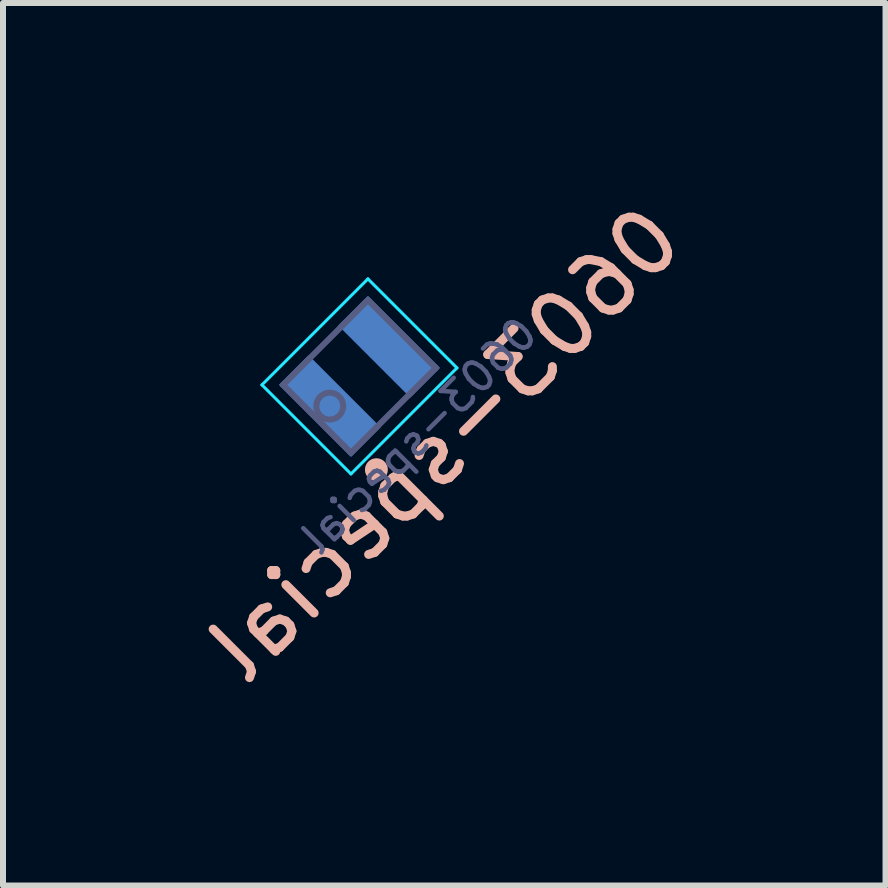
<source format=kicad_pcb>
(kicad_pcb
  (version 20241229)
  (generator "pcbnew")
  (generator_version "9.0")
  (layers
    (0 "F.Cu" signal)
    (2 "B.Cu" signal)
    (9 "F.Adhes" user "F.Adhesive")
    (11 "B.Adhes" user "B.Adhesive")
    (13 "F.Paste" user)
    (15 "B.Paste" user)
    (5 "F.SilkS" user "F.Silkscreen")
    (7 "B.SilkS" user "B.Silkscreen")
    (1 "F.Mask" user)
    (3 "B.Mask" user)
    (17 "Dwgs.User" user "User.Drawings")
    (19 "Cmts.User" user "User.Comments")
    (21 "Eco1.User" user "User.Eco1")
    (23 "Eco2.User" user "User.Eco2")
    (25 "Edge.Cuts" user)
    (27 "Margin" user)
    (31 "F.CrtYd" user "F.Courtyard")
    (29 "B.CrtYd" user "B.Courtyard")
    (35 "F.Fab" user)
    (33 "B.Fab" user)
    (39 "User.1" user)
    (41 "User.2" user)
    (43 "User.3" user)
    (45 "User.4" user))
  (footprint "0603-special"
    (layer "B.Cu")
    (at 2.944 3.227 45)
    (property "Reference" "0603-special" (at 0.2 1.8 45) (layer "B.SilkS") (effects (font (size 1 1) (thickness 0.15)) (justify mirror)))
    (attr smd)
    (fp_circle (center -0.9 1.3) (end -0.759 1.3) (stroke (width 0.1) (type solid)) (fill yes) (layer "B.SilkS"))
    (fp_line (start -1.25 -1.05) (end 1.25 -1.05) (stroke (width 0.05) (type solid)) (layer "B.CrtYd"))
    (fp_line (start -1.25 1.05) (end -1.25 -1.05) (stroke (width 0.05) (type solid)) (layer "B.CrtYd"))
    (fp_line (start 1.25 -1.05) (end 1.25 1.05) (stroke (width 0.05) (type solid)) (layer "B.CrtYd"))
    (fp_line (start 1.25 1.05) (end -1.25 1.05) (stroke (width 0.05) (type solid)) (layer "B.CrtYd"))
    (fp_line (start -1 -0.8) (end 1 -0.8) (stroke (width 0.1) (type solid)) (layer "B.Fab"))
    (fp_line (start -1 0.8) (end -1 -0.8) (stroke (width 0.1) (type solid)) (layer "B.Fab"))
    (fp_line (start 1 -0.8) (end 1 0.8) (stroke (width 0.1) (type solid)) (layer "B.Fab"))
    (fp_line (start 1 0.8) (end -1 0.8) (stroke (width 0.1) (type solid)) (layer "B.Fab"))
    (fp_circle (center -0.7 0) (end -0.476 0) (stroke (width 0.1) (type solid)) (fill no) (layer "B.Fab"))
    (fp_text user "${REFERENCE}" (at 0 1.4 45) (layer "B.Fab") (effects (font (size 0.5 0.5) (thickness 0.075)) (justify mirror)))
    (pad "1" smd rect (at -0.7 0 45) (size 0.7 1.7) (layers "B.Cu" "B.Mask" "B.Paste"))
    (pad "2" smd rect (at 0.7 0 45) (size 0.7 1.7) (layers "B.Cu" "B.Mask" "B.Paste")))
  (gr_rect
    (start -3 -3)
    (end 11.717 11.717)
    (stroke (width 0.1) (type default))
    (fill no)
    (layer "Edge.Cuts")))
</source>
